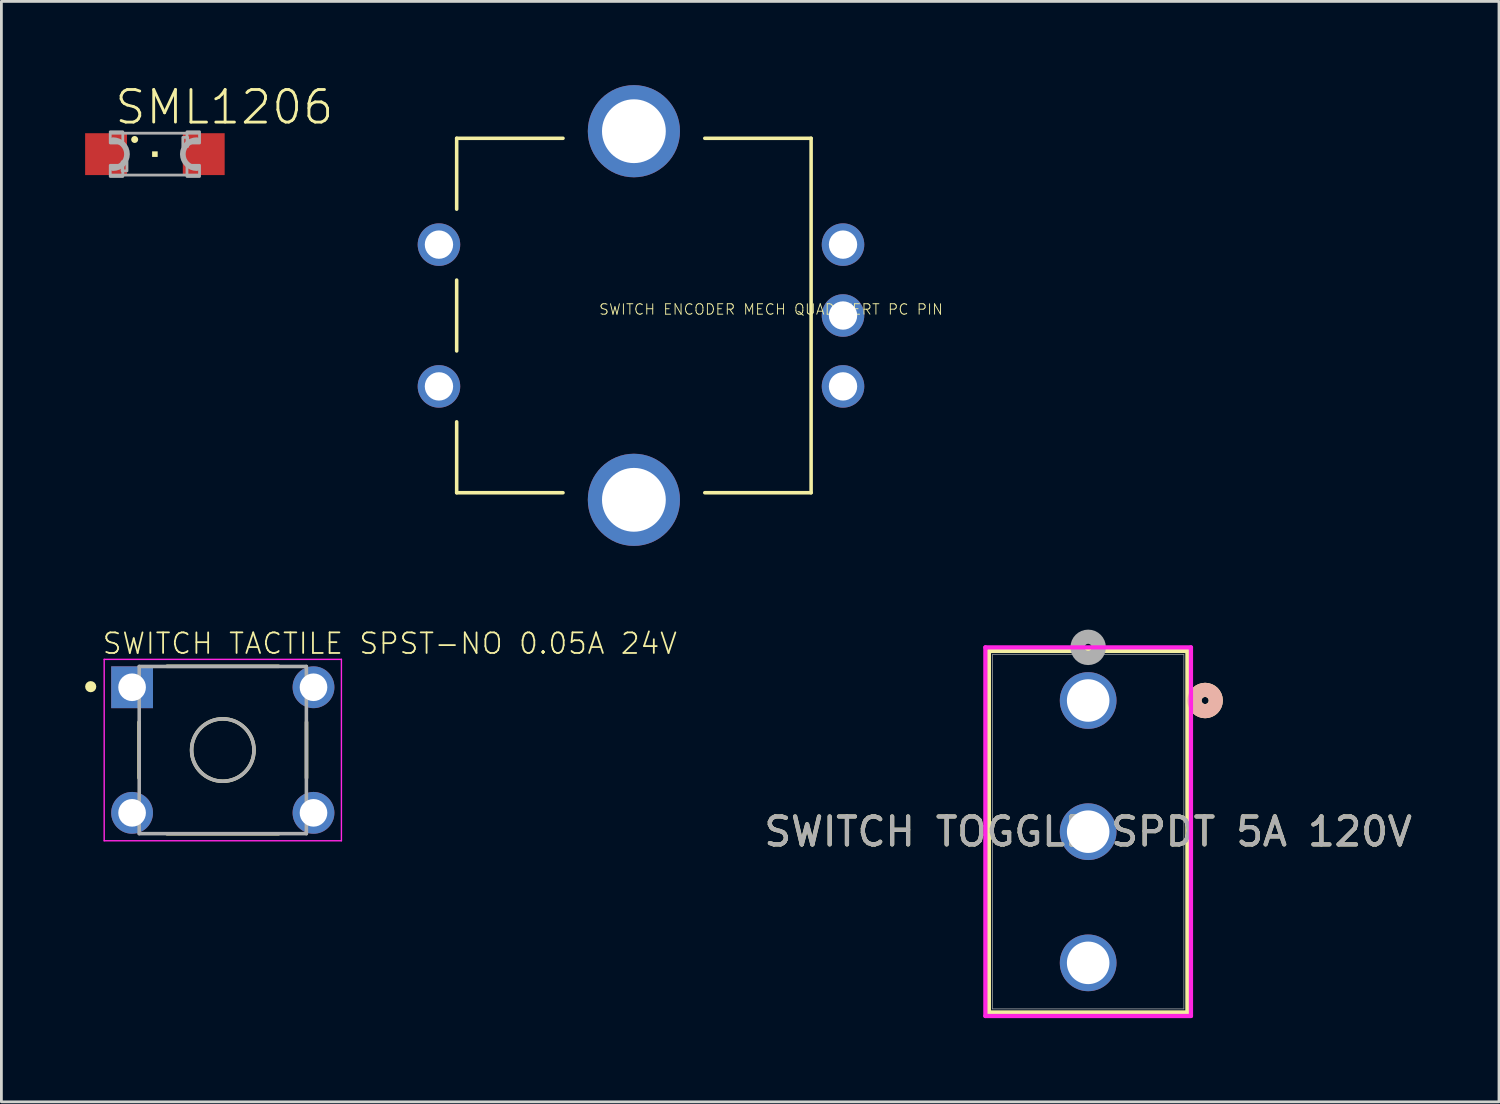
<source format=kicad_pcb>
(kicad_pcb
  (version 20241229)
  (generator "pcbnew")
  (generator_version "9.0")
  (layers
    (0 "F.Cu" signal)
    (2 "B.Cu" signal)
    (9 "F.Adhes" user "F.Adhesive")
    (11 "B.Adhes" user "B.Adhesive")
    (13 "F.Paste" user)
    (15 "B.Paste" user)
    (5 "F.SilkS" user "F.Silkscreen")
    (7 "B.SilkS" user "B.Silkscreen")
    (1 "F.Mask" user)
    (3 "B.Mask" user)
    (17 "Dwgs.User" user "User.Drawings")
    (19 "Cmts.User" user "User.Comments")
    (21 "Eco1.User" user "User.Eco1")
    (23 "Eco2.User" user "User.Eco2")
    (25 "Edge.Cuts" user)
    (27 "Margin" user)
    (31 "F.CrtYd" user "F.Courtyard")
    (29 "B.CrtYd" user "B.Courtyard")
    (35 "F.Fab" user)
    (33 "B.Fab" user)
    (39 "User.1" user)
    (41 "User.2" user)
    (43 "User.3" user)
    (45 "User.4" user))
  (footprint "SWITCH TACTILE SPST-NO 0.05A 24V"
    (layer "F.Cu")
    (at 4.933 23.825)
    (property "Reference" "SWITCH TACTILE SPST-NO 0.05A 24V" (at -4.357 -3.386 0) (unlocked yes) (layer "F.SilkS") (effects (font (size 0.737 0.737) (thickness 0.064)) (justify left bottom)))
    (fp_line (start -3 -1) (end -3 1) (stroke (width 0.127) (type solid)) (layer "F.SilkS"))
    (fp_line (start -2 -3) (end 2 -3) (stroke (width 0.127) (type solid)) (layer "F.SilkS"))
    (fp_line (start -2 3) (end 2 3) (stroke (width 0.127) (type solid)) (layer "F.SilkS"))
    (fp_line (start 3 -1) (end 3 1) (stroke (width 0.127) (type solid)) (layer "F.SilkS"))
    (fp_circle (center -4.733 -2.271) (end -4.633 -2.271) (stroke (width 0.2) (type solid)) (fill no) (layer "F.SilkS"))
    (fp_circle (center 0 0) (end 1.118 0) (stroke (width 0.127) (type solid)) (fill no) (layer "F.SilkS"))
    (fp_line (start -4.25 -3.25) (end -4.25 3.25) (stroke (width 0.05) (type solid)) (layer "F.CrtYd"))
    (fp_line (start -4.25 3.25) (end 4.25 3.25) (stroke (width 0.05) (type solid)) (layer "F.CrtYd"))
    (fp_line (start 4.25 -3.25) (end -4.25 -3.25) (stroke (width 0.05) (type solid)) (layer "F.CrtYd"))
    (fp_line (start 4.25 3.25) (end 4.25 -3.25) (stroke (width 0.05) (type solid)) (layer "F.CrtYd"))
    (fp_line (start -2.995 -2.995) (end -2.995 2.995) (stroke (width 0.127) (type solid)) (layer "F.Fab"))
    (fp_line (start -2.995 2.995) (end 2.995 2.995) (stroke (width 0.127) (type solid)) (layer "F.Fab"))
    (fp_line (start 2.995 -2.995) (end -2.995 -2.995) (stroke (width 0.127) (type solid)) (layer "F.Fab"))
    (fp_line (start 2.995 2.995) (end 2.995 -2.995) (stroke (width 0.127) (type solid)) (layer "F.Fab"))
    (fp_circle (center 0 0) (end 1.118 0) (stroke (width 0.127) (type solid)) (fill no) (layer "F.Fab"))
    (pad "1" thru_hole rect (at -3.25 -2.25) (size 1.498 1.498) (drill 0.99) (layers "*.Cu" "*.Mask"))
    (pad "1@1" thru_hole circle (at 3.25 -2.25) (size 1.498 1.498) (drill 0.99) (layers "*.Cu" "*.Mask"))
    (pad "2" thru_hole circle (at -3.25 2.25) (size 1.498 1.498) (drill 0.99) (layers "*.Cu" "*.Mask"))
    (pad "2@1" thru_hole circle (at 3.25 2.25) (size 1.498 1.498) (drill 0.99) (layers "*.Cu" "*.Mask")))
  (footprint "SWITCH ENCODER MECH QUAD VERT PC PIN"
    (layer "F.Cu")
    (at 19.663 8.255)
    (property "Reference" "SWITCH ENCODER MECH QUAD VERT PC PIN" (at -1.27 0 0) (unlocked yes) (layer "F.SilkS") (effects (font (size 0.374 0.374) (thickness 0.033)) (justify left bottom)))
    (fp_line (start -6.35 -6.35) (end -6.35 -3.81) (stroke (width 0.127) (type solid)) (layer "F.SilkS"))
    (fp_line (start -6.35 -6.35) (end -2.54 -6.35) (stroke (width 0.127) (type solid)) (layer "F.SilkS"))
    (fp_line (start -6.35 -1.27) (end -6.35 1.27) (stroke (width 0.127) (type solid)) (layer "F.SilkS"))
    (fp_line (start -6.35 6.35) (end -6.35 3.81) (stroke (width 0.127) (type solid)) (layer "F.SilkS"))
    (fp_line (start -2.54 6.35) (end -6.35 6.35) (stroke (width 0.127) (type solid)) (layer "F.SilkS"))
    (fp_line (start 2.54 -6.35) (end 6.35 -6.35) (stroke (width 0.127) (type solid)) (layer "F.SilkS"))
    (fp_line (start 6.35 -6.35) (end 6.35 6.35) (stroke (width 0.127) (type solid)) (layer "F.SilkS"))
    (fp_line (start 6.35 6.35) (end 2.54 6.35) (stroke (width 0.127) (type solid)) (layer "F.SilkS"))
    (pad "A" thru_hole circle (at 7.493 2.54) (size 1.524 1.524) (drill 1.016) (layers "*.Cu" "*.Mask"))
    (pad "B" thru_hole circle (at 7.493 -2.54) (size 1.524 1.524) (drill 1.016) (layers "*.Cu" "*.Mask"))
    (pad "C" thru_hole circle (at 7.493 0) (size 1.524 1.524) (drill 1.016) (layers "*.Cu" "*.Mask"))
    (pad "P$3" thru_hole circle (at 0 -6.604) (size 3.302 3.302) (drill 2.286) (layers "*.Cu" "*.Mask"))
    (pad "P$4" thru_hole circle (at 0 6.604) (size 3.302 3.302) (drill 2.286) (layers "*.Cu" "*.Mask"))
    (pad "SW+" thru_hole circle (at -6.985 -2.54) (size 1.524 1.524) (drill 1.016) (layers "*.Cu" "*.Mask"))
    (pad "SW-" thru_hole circle (at -6.985 2.54) (size 1.524 1.524) (drill 1.016) (layers "*.Cu" "*.Mask")))
  (footprint "SWITCH TOGGLE SPDT 5A 120V"
    (layer "F.Cu")
    (at 35.94 22.05)
    (property "Reference" "SWITCH TOGGLE SPDT 5A 120V" (at 0 4.7 0) (unlocked yes) (layer "F.SilkS") (effects (font (size 1 1) (thickness 0.15))))
    (attr through_hole)
    (fp_line (start -3.556 -1.777) (end -3.556 11.177) (stroke (width 0.152) (type solid)) (layer "F.SilkS"))
    (fp_line (start -3.556 11.177) (end 3.556 11.177) (stroke (width 0.152) (type solid)) (layer "F.SilkS"))
    (fp_line (start 3.556 -1.777) (end -3.556 -1.777) (stroke (width 0.152) (type solid)) (layer "F.SilkS"))
    (fp_line (start 3.556 11.177) (end 3.556 -1.777) (stroke (width 0.152) (type solid)) (layer "F.SilkS"))
    (fp_circle (center 4.191 0) (end 4.572 0) (stroke (width 0.508) (type solid)) (fill no) (layer "F.SilkS"))
    (fp_circle (center 4.191 0) (end 4.572 0) (stroke (width 0.508) (type solid)) (fill no) (layer "B.SilkS"))
    (fp_line (start -3.683 -1.904) (end -3.683 11.304) (stroke (width 0.152) (type solid)) (layer "F.CrtYd"))
    (fp_line (start -3.683 11.304) (end 3.683 11.304) (stroke (width 0.152) (type solid)) (layer "F.CrtYd"))
    (fp_line (start 3.683 -1.904) (end -3.683 -1.904) (stroke (width 0.152) (type solid)) (layer "F.CrtYd"))
    (fp_line (start 3.683 11.304) (end 3.683 -1.904) (stroke (width 0.152) (type solid)) (layer "F.CrtYd"))
    (fp_line (start -3.429 -1.65) (end -3.429 11.05) (stroke (width 0.025) (type solid)) (layer "F.Fab"))
    (fp_line (start -3.429 11.05) (end 3.429 11.05) (stroke (width 0.025) (type solid)) (layer "F.Fab"))
    (fp_line (start 3.429 -1.65) (end -3.429 -1.65) (stroke (width 0.025) (type solid)) (layer "F.Fab"))
    (fp_line (start 3.429 11.05) (end 3.429 -1.65) (stroke (width 0.025) (type solid)) (layer "F.Fab"))
    (fp_circle (center 0 -1.905) (end 0.381 -1.905) (stroke (width 0.508) (type solid)) (fill no) (layer "F.Fab"))
    (fp_text user "${REFERENCE}" (at 0 4.7 0) (unlocked yes) (layer "F.Fab") (effects (font (size 1 1) (thickness 0.15))))
    (pad "1" thru_hole circle (at 0 0) (size 2.032 2.032) (drill 1.524) (layers "*.Cu" "*.Mask"))
    (pad "2" thru_hole circle (at 0 4.7) (size 2.032 2.032) (drill 1.524) (layers "*.Cu" "*.Mask"))
    (pad "3" thru_hole circle (at 0 9.4) (size 2.032 2.032) (drill 1.524) (layers "*.Cu" "*.Mask")))
  (footprint "SML1206"
    (layer "F.Cu")
    (at 2.5 2.473)
    (property "Reference" "SML1206" (at -1.5 -1 0) (unlocked yes) (layer "F.SilkS") (effects (font (size 1.168 1.168) (thickness 0.102)) (justify left bottom)))
    (fp_circle (center -0.725 -0.525) (end -0.662 -0.525) (stroke (width 0.125) (type solid)) (fill yes) (layer "F.SilkS"))
    (fp_poly (pts (xy -0.1 0.1) (xy 0.1 0.1) (xy 0.1 -0.1) (xy -0.1 -0.1)) (stroke (width 0) (type default)) (fill yes) (layer "F.SilkS"))
    (fp_line (start -1.55 -0.75) (end 1.55 -0.75) (stroke (width 0.102) (type solid)) (layer "F.Fab"))
    (fp_line (start 1.55 0.75) (end -1.55 0.75) (stroke (width 0.102) (type solid)) (layer "F.Fab"))
    (fp_arc (start -1.5 -0.5) (mid -1 0) (end -1.5 0.5) (stroke (width 0.2032) (type solid)) (layer "F.Fab"))
    (fp_arc (start 1.5 0.5) (mid 1 0) (end 1.5 -0.5) (stroke (width 0.2032) (type solid)) (layer "F.Fab"))
    (fp_poly (pts (xy -1.6 -0.4) (xy -1.15 -0.4) (xy -1.15 -0.8) (xy -1.6 -0.8)) (stroke (width 0.1) (type default)) (fill no) (layer "F.Fab"))
    (fp_poly (pts (xy -1.6 0.8) (xy -1.15 0.8) (xy -1.15 0.4) (xy -1.6 0.4)) (stroke (width 0.1) (type default)) (fill no) (layer "F.Fab"))
    (fp_poly (pts (xy -1.175 0.6) (xy -1 0.6) (xy -1 0.275) (xy -1.175 0.275)) (stroke (width 0.1) (type default)) (fill no) (layer "F.Fab"))
    (fp_poly (pts (xy 1.175 -0.6) (xy 1 -0.6) (xy 1 -0.275) (xy 1.175 -0.275)) (stroke (width 0.1) (type default)) (fill no) (layer "F.Fab"))
    (fp_poly (pts (xy 1.6 -0.8) (xy 1.15 -0.8) (xy 1.15 -0.4) (xy 1.6 -0.4)) (stroke (width 0.1) (type default)) (fill no) (layer "F.Fab"))
    (fp_poly (pts (xy 1.6 0.4) (xy 1.15 0.4) (xy 1.15 0.8) (xy 1.6 0.8)) (stroke (width 0.1) (type default)) (fill no) (layer "F.Fab"))
    (pad "A" smd rect (at 1.75 0) (size 1.5 1.5) (layers "F.Cu" "F.Mask" "F.Paste"))
    (pad "C" smd rect (at -1.75 0) (size 1.5 1.5) (layers "F.Cu" "F.Mask" "F.Paste")))
  (gr_rect
    (start -3 -3)
    (end 50.66 36.43)
    (stroke (width 0.1) (type default))
    (fill no)
    (layer "Edge.Cuts")))
</source>
